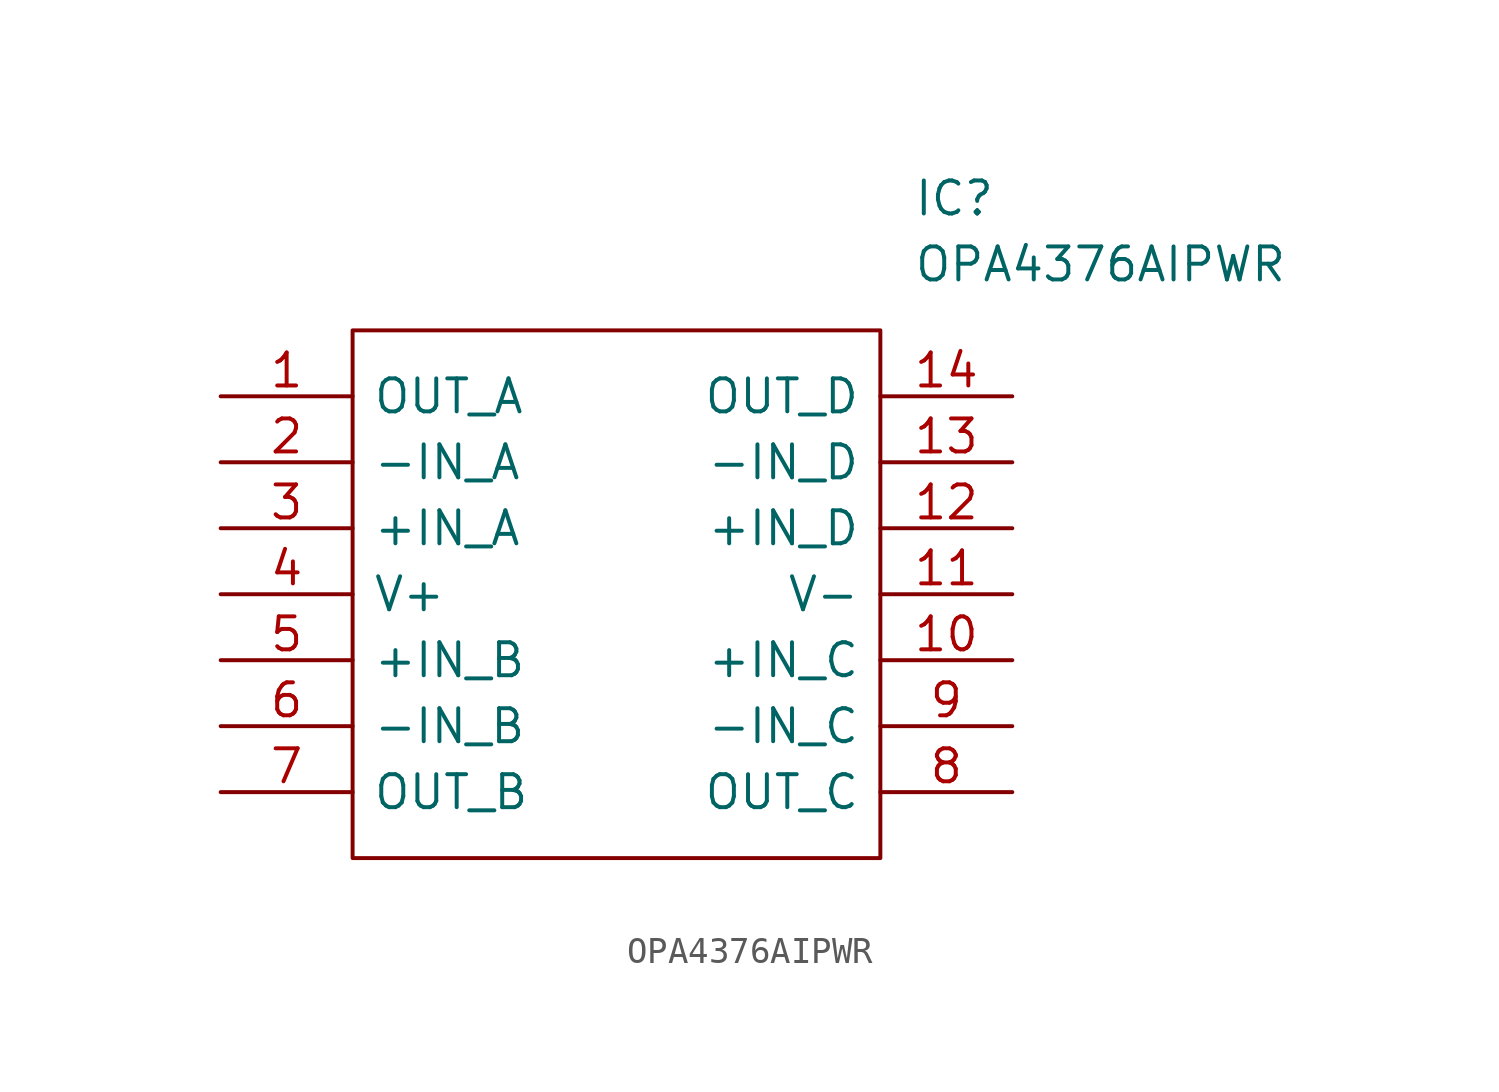
<source format=kicad_sym>
(kicad_symbol_lib
  (version 20211014)
  (generator kicad_symbol_editor)
  (symbol "OPA4376AIPWR"
    (pin_names
      (offset 0.762))
    (property "Reference" "IC"
      (at 26.67 7.62 0)
      (effects (font (size 1.27 1.27)) (justify left)))
    (property "Value" "OPA4376AIPWR"
      (at 26.67 5.08 0)
      (effects (font (size 1.27 1.27)) (justify left)))
    (symbol "OPA4376AIPWR_0_0"
      (pin bidirectional line (at 0 0 0) (length 5.08) (name "OUT_A" (effects (font (size 1.27 1.27)))) (number "1" (effects (font (size 1.27 1.27)))))
      (pin bidirectional line (at 30.48 -10.16 180) (length 5.08) (name "+IN_C" (effects (font (size 1.27 1.27)))) (number "10" (effects (font (size 1.27 1.27)))))
      (pin bidirectional line (at 30.48 -7.62 180) (length 5.08) (name "V-" (effects (font (size 1.27 1.27)))) (number "11" (effects (font (size 1.27 1.27)))))
      (pin bidirectional line (at 30.48 -5.08 180) (length 5.08) (name "+IN_D" (effects (font (size 1.27 1.27)))) (number "12" (effects (font (size 1.27 1.27)))))
      (pin bidirectional line (at 30.48 -2.54 180) (length 5.08) (name "-IN_D" (effects (font (size 1.27 1.27)))) (number "13" (effects (font (size 1.27 1.27)))))
      (pin bidirectional line (at 30.48 0 180) (length 5.08) (name "OUT_D" (effects (font (size 1.27 1.27)))) (number "14" (effects (font (size 1.27 1.27)))))
      (pin bidirectional line (at 0 -2.54 0) (length 5.08) (name "-IN_A" (effects (font (size 1.27 1.27)))) (number "2" (effects (font (size 1.27 1.27)))))
      (pin bidirectional line (at 0 -5.08 0) (length 5.08) (name "+IN_A" (effects (font (size 1.27 1.27)))) (number "3" (effects (font (size 1.27 1.27)))))
      (pin bidirectional line (at 0 -7.62 0) (length 5.08) (name "V+" (effects (font (size 1.27 1.27)))) (number "4" (effects (font (size 1.27 1.27)))))
      (pin bidirectional line (at 0 -10.16 0) (length 5.08) (name "+IN_B" (effects (font (size 1.27 1.27)))) (number "5" (effects (font (size 1.27 1.27)))))
      (pin bidirectional line (at 0 -12.7 0) (length 5.08) (name "-IN_B" (effects (font (size 1.27 1.27)))) (number "6" (effects (font (size 1.27 1.27)))))
      (pin bidirectional line (at 0 -15.24 0) (length 5.08) (name "OUT_B" (effects (font (size 1.27 1.27)))) (number "7" (effects (font (size 1.27 1.27)))))
      (pin bidirectional line (at 30.48 -15.24 180) (length 5.08) (name "OUT_C" (effects (font (size 1.27 1.27)))) (number "8" (effects (font (size 1.27 1.27)))))
      (pin bidirectional line (at 30.48 -12.7 180) (length 5.08) (name "-IN_C" (effects (font (size 1.27 1.27)))) (number "9" (effects (font (size 1.27 1.27))))))
    (symbol "OPA4376AIPWR_0_1"
      (polyline (pts (xy 5.08 2.54) (xy 25.4 2.54) (xy 25.4 -17.78) (xy 5.08 -17.78) (xy 5.08 2.54)) (stroke (width 0.152) (type default) (color 0 0 0 0)) (fill (type none))))))
</source>
